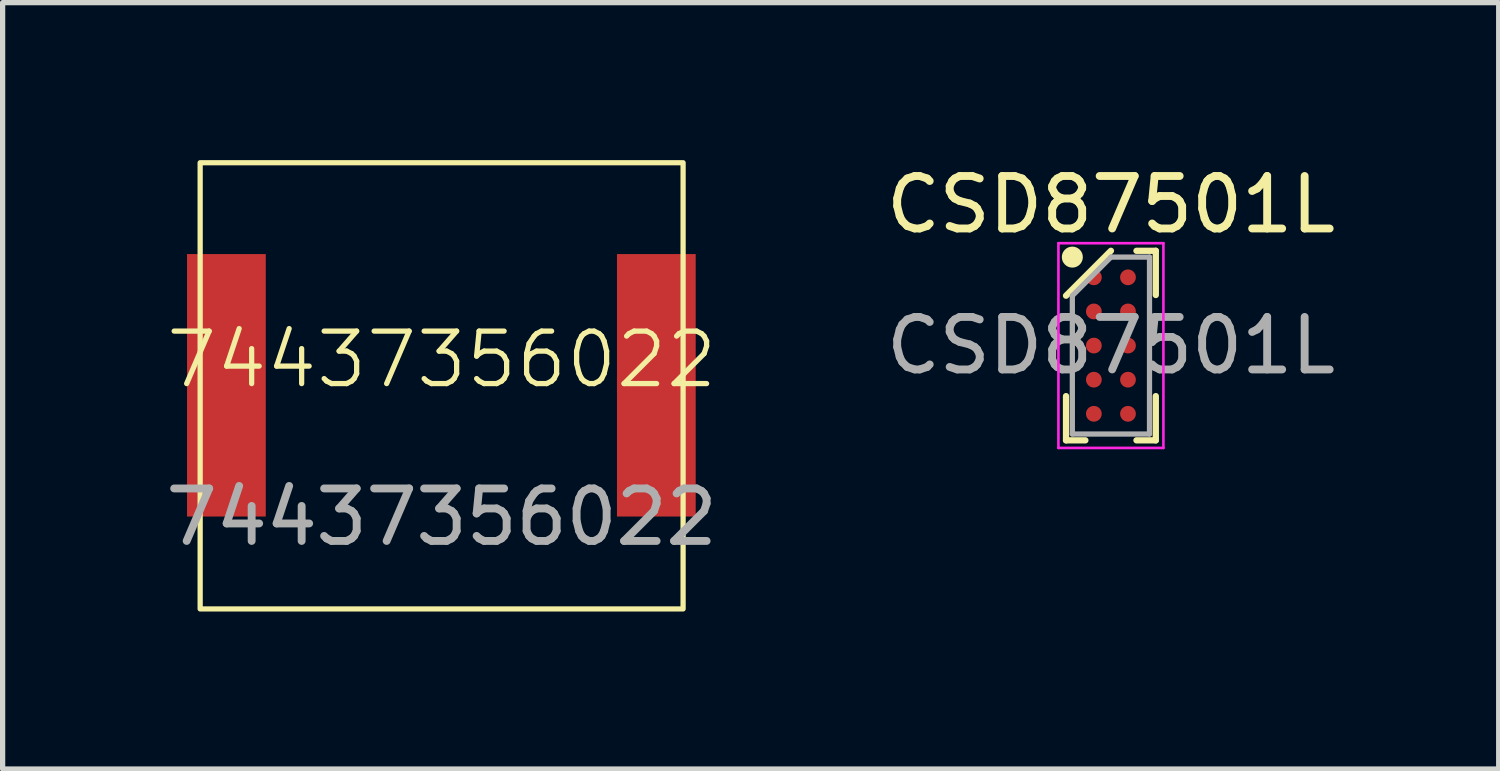
<source format=kicad_pcb>
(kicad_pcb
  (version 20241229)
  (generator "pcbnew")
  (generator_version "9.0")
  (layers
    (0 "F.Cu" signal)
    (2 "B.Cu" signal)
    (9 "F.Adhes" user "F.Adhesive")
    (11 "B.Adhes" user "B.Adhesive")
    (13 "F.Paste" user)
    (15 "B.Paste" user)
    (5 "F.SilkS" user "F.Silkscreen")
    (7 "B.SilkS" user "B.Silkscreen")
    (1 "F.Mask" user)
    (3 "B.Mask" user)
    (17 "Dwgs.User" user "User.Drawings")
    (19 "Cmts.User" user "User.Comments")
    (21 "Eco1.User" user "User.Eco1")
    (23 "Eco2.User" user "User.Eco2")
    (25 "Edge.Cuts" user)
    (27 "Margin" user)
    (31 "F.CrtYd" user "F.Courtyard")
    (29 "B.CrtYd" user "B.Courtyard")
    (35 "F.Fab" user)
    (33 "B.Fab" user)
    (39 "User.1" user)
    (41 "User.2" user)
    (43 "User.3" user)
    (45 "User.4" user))
  (footprint "74437356022"
    (layer "F.Cu")
    (at 5.363 4.3)
    (property "Reference" "74437356022" (at 0 -0.5 0) (unlocked yes) (layer "F.SilkS") (effects (font (size 1 1) (thickness 0.1))))
    (attr smd)
    (fp_rect (start -4.6 -4.25) (end 4.6 4.25) (stroke (width 0.1) (type default)) (fill no) (layer "F.SilkS"))
    (fp_text user "${REFERENCE}" (at 0 2.5 0) (unlocked yes) (layer "F.Fab") (effects (font (size 1 1) (thickness 0.15))))
    (pad "1" smd rect (at -4.1 -0.01) (size 1.5 5) (layers "F.Cu" "F.Mask" "F.Paste"))
    (pad "2" smd rect (at 4.09 -0.01) (size 1.5 5) (layers "F.Cu" "F.Mask" "F.Paste")))
  (footprint "CSD87501L"
    (layer "F.Cu")
    (at 18.113 3.533)
    (property "Reference" "CSD87501L" (at 0 -2.685 0) (unlocked yes) (layer "F.SilkS") (effects (font (size 1 1) (thickness 0.15))))
    (attr smd)
    (fp_line (start -0.855 1.805) (end -0.855 0.963) (stroke (width 0.12) (type default)) (layer "F.SilkS"))
    (fp_line (start -0.487 1.805) (end -0.855 1.805) (stroke (width 0.12) (type default)) (layer "F.SilkS"))
    (fp_line (start 0 -1.805) (end -0.855 -0.95) (stroke (width 0.12) (type default)) (layer "F.SilkS"))
    (fp_line (start 0.487 -1.805) (end 0.855 -1.805) (stroke (width 0.12) (type default)) (layer "F.SilkS"))
    (fp_line (start 0.487 1.805) (end 0.855 1.805) (stroke (width 0.12) (type default)) (layer "F.SilkS"))
    (fp_line (start 0.855 -1.805) (end 0.855 -0.963) (stroke (width 0.12) (type default)) (layer "F.SilkS"))
    (fp_line (start 0.855 1.805) (end 0.855 0.963) (stroke (width 0.12) (type default)) (layer "F.SilkS"))
    (fp_circle (center -0.735 -1.685) (end -0.735 -1.585) (stroke (width 0.2) (type default)) (fill no) (layer "F.SilkS"))
    (fp_line (start -1 -1.95) (end 1 -1.95) (stroke (width 0.05) (type default)) (layer "F.CrtYd"))
    (fp_line (start -1 1.95) (end -1 -1.95) (stroke (width 0.05) (type default)) (layer "F.CrtYd"))
    (fp_line (start 1 -1.95) (end 1 1.95) (stroke (width 0.05) (type default)) (layer "F.CrtYd"))
    (fp_line (start 1 1.95) (end -1 1.95) (stroke (width 0.05) (type default)) (layer "F.CrtYd"))
    (fp_line (start -0.735 -0.95) (end -0.735 1.685) (stroke (width 0.1) (type default)) (layer "F.Fab"))
    (fp_line (start -0.735 1.685) (end 0.735 1.685) (stroke (width 0.1) (type default)) (layer "F.Fab"))
    (fp_line (start 0 -1.685) (end -0.735 -0.95) (stroke (width 0.1) (type default)) (layer "F.Fab"))
    (fp_line (start 0.735 -1.685) (end 0 -1.685) (stroke (width 0.1) (type default)) (layer "F.Fab"))
    (fp_line (start 0.735 1.685) (end 0.735 -1.685) (stroke (width 0.1) (type default)) (layer "F.Fab"))
    (fp_text user "${REFERENCE}" (at 0 0 0) (layer "F.Fab") (effects (font (size 1 1) (thickness 0.15))))
    (pad "A1" smd circle (at -0.325 -1.3) (size 0.3 0.3) (layers "F.Cu" "F.Mask" "F.Paste"))
    (pad "A2" smd circle (at 0.325 -1.3) (size 0.3 0.3) (layers "F.Cu" "F.Mask" "F.Paste"))
    (pad "B1" smd circle (at -0.325 -0.65) (size 0.3 0.3) (layers "F.Cu" "F.Mask" "F.Paste"))
    (pad "B2" smd circle (at 0.325 -0.65) (size 0.3 0.3) (layers "F.Cu" "F.Mask" "F.Paste"))
    (pad "C1" smd circle (at -0.325 0) (size 0.3 0.3) (layers "F.Cu" "F.Mask" "F.Paste"))
    (pad "C2" smd circle (at 0.325 0) (size 0.3 0.3) (layers "F.Cu" "F.Mask" "F.Paste"))
    (pad "D1" smd circle (at -0.325 0.65) (size 0.3 0.3) (layers "F.Cu" "F.Mask" "F.Paste"))
    (pad "D2" smd circle (at 0.325 0.65) (size 0.3 0.3) (layers "F.Cu" "F.Mask" "F.Paste"))
    (pad "E1" smd circle (at -0.325 1.3) (size 0.3 0.3) (layers "F.Cu" "F.Mask" "F.Paste"))
    (pad "E2" smd circle (at 0.325 1.3) (size 0.3 0.3) (layers "F.Cu" "F.Mask" "F.Paste")))
  (gr_rect
    (start -3 -3)
    (end 25.5 11.6)
    (stroke (width 0.1) (type default))
    (fill no)
    (layer "Edge.Cuts")))
</source>
